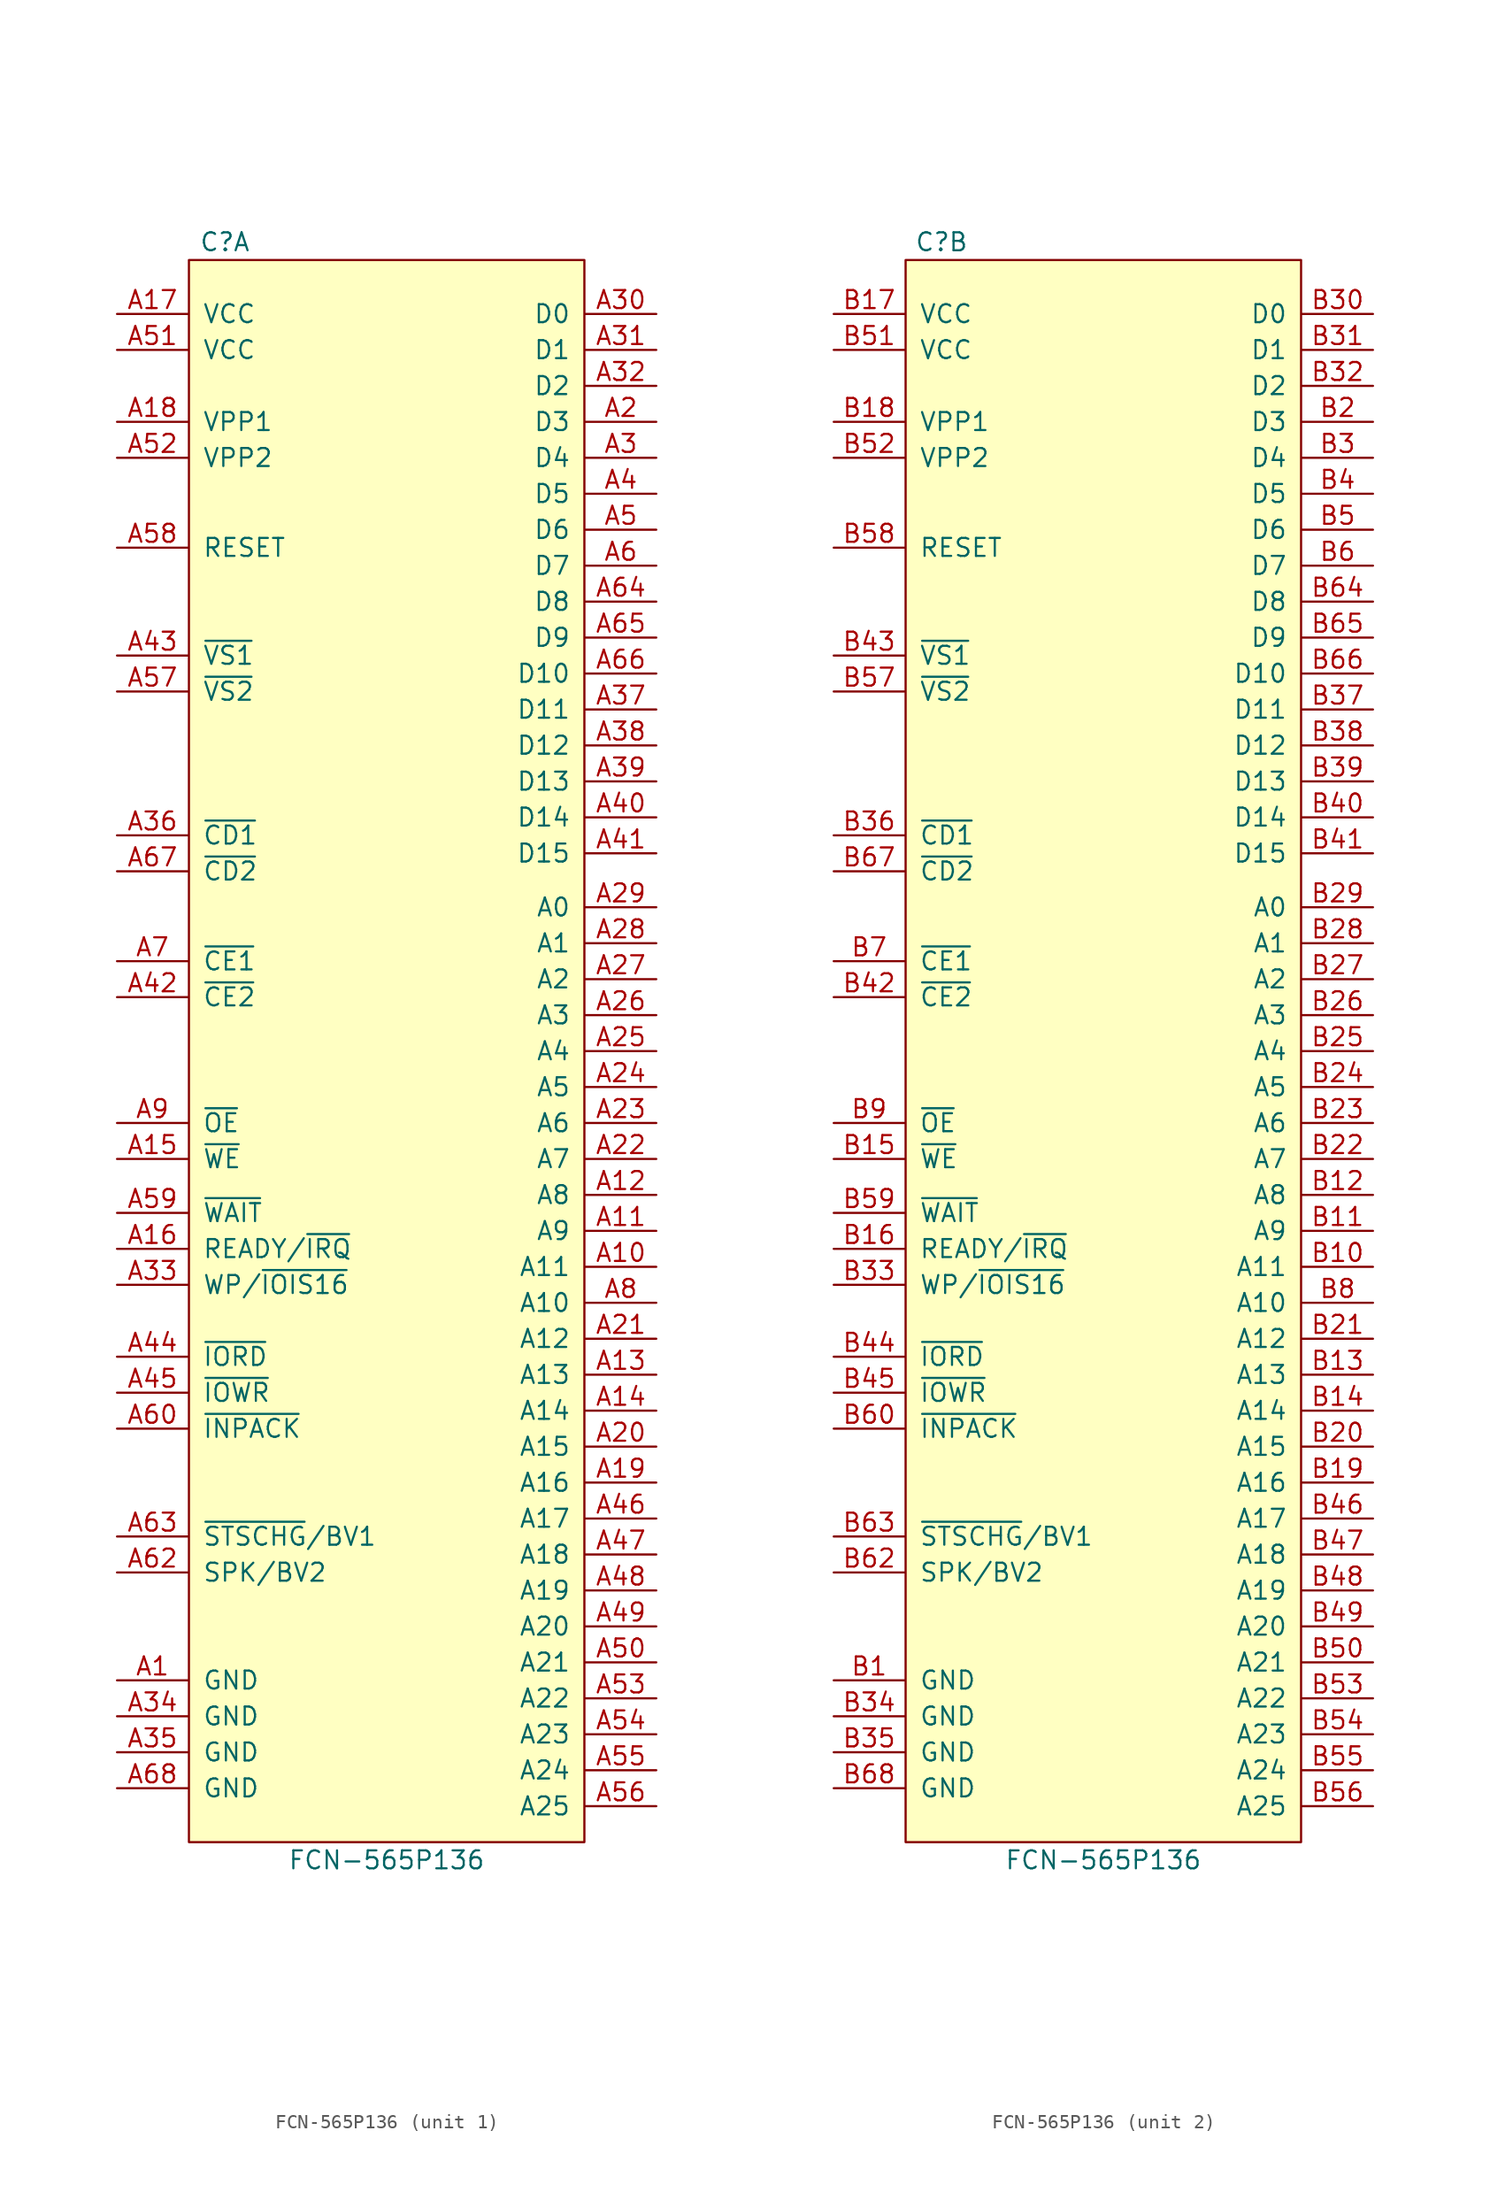
<source format=kicad_sym>
(kicad_symbol_lib
  (version 20211014)
  (generator kicad_symbol_editor)
  (symbol "FCN-565P136"
    (pin_names
      (offset 1.016))
    (property "Reference" "C"
      (at -11.43 60.96 0)
      (effects (font (size 1.27 1.27))))
    (property "Value" "FCN-565P136"
      (at 0 -53.34 0)
      (effects (font (size 1.27 1.27))))
    (symbol "FCN-565P136_0_1"
      (rectangle (start -13.97 59.69) (end 13.97 -52.07) (stroke (width 0) (type default) (color 0 0 0 0)) (fill (type background))))
    (symbol "FCN-565P136_1_1"
      (pin power_in line (at -19.05 -40.64 0) (length 5.004) (name "GND" (effects (font (size 1.27 1.27)))) (number "A1" (effects (font (size 1.27 1.27)))))
      (pin input line (at 19.05 -11.43 180) (length 5.004) (name "A11" (effects (font (size 1.27 1.27)))) (number "A10" (effects (font (size 1.27 1.27)))))
      (pin input line (at 19.05 -8.89 180) (length 5.004) (name "A9" (effects (font (size 1.27 1.27)))) (number "A11" (effects (font (size 1.27 1.27)))))
      (pin input line (at 19.05 -6.35 180) (length 5.004) (name "A8" (effects (font (size 1.27 1.27)))) (number "A12" (effects (font (size 1.27 1.27)))))
      (pin input line (at 19.05 -19.05 180) (length 5.004) (name "A13" (effects (font (size 1.27 1.27)))) (number "A13" (effects (font (size 1.27 1.27)))))
      (pin input line (at 19.05 -21.59 180) (length 5.004) (name "A14" (effects (font (size 1.27 1.27)))) (number "A14" (effects (font (size 1.27 1.27)))))
      (pin input line (at -19.05 -3.81 0) (length 5.004) (name "~{WE}" (effects (font (size 1.27 1.27)))) (number "A15" (effects (font (size 1.27 1.27)))))
      (pin output line (at -19.05 -10.16 0) (length 5.004) (name "READY/~{IRQ}" (effects (font (size 1.27 1.27)))) (number "A16" (effects (font (size 1.27 1.27)))))
      (pin power_in line (at -19.05 55.88 0) (length 5.004) (name "VCC" (effects (font (size 1.27 1.27)))) (number "A17" (effects (font (size 1.27 1.27)))))
      (pin power_in line (at -19.05 48.26 0) (length 5.004) (name "VPP1" (effects (font (size 1.27 1.27)))) (number "A18" (effects (font (size 1.27 1.27)))))
      (pin input line (at 19.05 -26.67 180) (length 5.004) (name "A16" (effects (font (size 1.27 1.27)))) (number "A19" (effects (font (size 1.27 1.27)))))
      (pin bidirectional line (at 19.05 48.26 180) (length 5.004) (name "D3" (effects (font (size 1.27 1.27)))) (number "A2" (effects (font (size 1.27 1.27)))))
      (pin input line (at 19.05 -24.13 180) (length 5.004) (name "A15" (effects (font (size 1.27 1.27)))) (number "A20" (effects (font (size 1.27 1.27)))))
      (pin input line (at 19.05 -16.51 180) (length 5.004) (name "A12" (effects (font (size 1.27 1.27)))) (number "A21" (effects (font (size 1.27 1.27)))))
      (pin input line (at 19.05 -3.81 180) (length 5.004) (name "A7" (effects (font (size 1.27 1.27)))) (number "A22" (effects (font (size 1.27 1.27)))))
      (pin input line (at 19.05 -1.27 180) (length 5.004) (name "A6" (effects (font (size 1.27 1.27)))) (number "A23" (effects (font (size 1.27 1.27)))))
      (pin input line (at 19.05 1.27 180) (length 5.004) (name "A5" (effects (font (size 1.27 1.27)))) (number "A24" (effects (font (size 1.27 1.27)))))
      (pin input line (at 19.05 3.81 180) (length 5.004) (name "A4" (effects (font (size 1.27 1.27)))) (number "A25" (effects (font (size 1.27 1.27)))))
      (pin input line (at 19.05 6.35 180) (length 5.004) (name "A3" (effects (font (size 1.27 1.27)))) (number "A26" (effects (font (size 1.27 1.27)))))
      (pin input line (at 19.05 8.89 180) (length 5.004) (name "A2" (effects (font (size 1.27 1.27)))) (number "A27" (effects (font (size 1.27 1.27)))))
      (pin input line (at 19.05 11.43 180) (length 5.004) (name "A1" (effects (font (size 1.27 1.27)))) (number "A28" (effects (font (size 1.27 1.27)))))
      (pin input line (at 19.05 13.97 180) (length 5.004) (name "A0" (effects (font (size 1.27 1.27)))) (number "A29" (effects (font (size 1.27 1.27)))))
      (pin bidirectional line (at 19.05 45.72 180) (length 5.004) (name "D4" (effects (font (size 1.27 1.27)))) (number "A3" (effects (font (size 1.27 1.27)))))
      (pin bidirectional line (at 19.05 55.88 180) (length 5.004) (name "D0" (effects (font (size 1.27 1.27)))) (number "A30" (effects (font (size 1.27 1.27)))))
      (pin bidirectional line (at 19.05 53.34 180) (length 5.004) (name "D1" (effects (font (size 1.27 1.27)))) (number "A31" (effects (font (size 1.27 1.27)))))
      (pin bidirectional line (at 19.05 50.8 180) (length 5.004) (name "D2" (effects (font (size 1.27 1.27)))) (number "A32" (effects (font (size 1.27 1.27)))))
      (pin output line (at -19.05 -12.7 0) (length 5.004) (name "WP/~{IOIS16}" (effects (font (size 1.27 1.27)))) (number "A33" (effects (font (size 1.27 1.27)))))
      (pin power_in line (at -19.05 -43.18 0) (length 5.004) (name "GND" (effects (font (size 1.27 1.27)))) (number "A34" (effects (font (size 1.27 1.27)))))
      (pin power_in line (at -19.05 -45.72 0) (length 5.004) (name "GND" (effects (font (size 1.27 1.27)))) (number "A35" (effects (font (size 1.27 1.27)))))
      (pin output line (at -19.05 19.05 0) (length 5.004) (name "~{CD1}" (effects (font (size 1.27 1.27)))) (number "A36" (effects (font (size 1.27 1.27)))))
      (pin bidirectional line (at 19.05 27.94 180) (length 5.004) (name "D11" (effects (font (size 1.27 1.27)))) (number "A37" (effects (font (size 1.27 1.27)))))
      (pin bidirectional line (at 19.05 25.4 180) (length 5.004) (name "D12" (effects (font (size 1.27 1.27)))) (number "A38" (effects (font (size 1.27 1.27)))))
      (pin bidirectional line (at 19.05 22.86 180) (length 5.004) (name "D13" (effects (font (size 1.27 1.27)))) (number "A39" (effects (font (size 1.27 1.27)))))
      (pin bidirectional line (at 19.05 43.18 180) (length 5.004) (name "D5" (effects (font (size 1.27 1.27)))) (number "A4" (effects (font (size 1.27 1.27)))))
      (pin bidirectional line (at 19.05 20.32 180) (length 5.004) (name "D14" (effects (font (size 1.27 1.27)))) (number "A40" (effects (font (size 1.27 1.27)))))
      (pin bidirectional line (at 19.05 17.78 180) (length 5.004) (name "D15" (effects (font (size 1.27 1.27)))) (number "A41" (effects (font (size 1.27 1.27)))))
      (pin input line (at -19.05 7.62 0) (length 5.004) (name "~{CE2}" (effects (font (size 1.27 1.27)))) (number "A42" (effects (font (size 1.27 1.27)))))
      (pin input line (at -19.05 31.75 0) (length 5.004) (name "~{VS1}" (effects (font (size 1.27 1.27)))) (number "A43" (effects (font (size 1.27 1.27)))))
      (pin input line (at -19.05 -17.78 0) (length 5.004) (name "~{IORD}" (effects (font (size 1.27 1.27)))) (number "A44" (effects (font (size 1.27 1.27)))))
      (pin input line (at -19.05 -20.32 0) (length 5.004) (name "~{IOWR}" (effects (font (size 1.27 1.27)))) (number "A45" (effects (font (size 1.27 1.27)))))
      (pin input line (at 19.05 -29.21 180) (length 5.004) (name "A17" (effects (font (size 1.27 1.27)))) (number "A46" (effects (font (size 1.27 1.27)))))
      (pin input line (at 19.05 -31.75 180) (length 5.004) (name "A18" (effects (font (size 1.27 1.27)))) (number "A47" (effects (font (size 1.27 1.27)))))
      (pin input line (at 19.05 -34.29 180) (length 5.004) (name "A19" (effects (font (size 1.27 1.27)))) (number "A48" (effects (font (size 1.27 1.27)))))
      (pin input line (at 19.05 -36.83 180) (length 5.004) (name "A20" (effects (font (size 1.27 1.27)))) (number "A49" (effects (font (size 1.27 1.27)))))
      (pin bidirectional line (at 19.05 40.64 180) (length 5.004) (name "D6" (effects (font (size 1.27 1.27)))) (number "A5" (effects (font (size 1.27 1.27)))))
      (pin input line (at 19.05 -39.37 180) (length 5.004) (name "A21" (effects (font (size 1.27 1.27)))) (number "A50" (effects (font (size 1.27 1.27)))))
      (pin power_in line (at -19.05 53.34 0) (length 5.004) (name "VCC" (effects (font (size 1.27 1.27)))) (number "A51" (effects (font (size 1.27 1.27)))))
      (pin power_in line (at -19.05 45.72 0) (length 5.004) (name "VPP2" (effects (font (size 1.27 1.27)))) (number "A52" (effects (font (size 1.27 1.27)))))
      (pin input line (at 19.05 -41.91 180) (length 5.004) (name "A22" (effects (font (size 1.27 1.27)))) (number "A53" (effects (font (size 1.27 1.27)))))
      (pin input line (at 19.05 -44.45 180) (length 5.004) (name "A23" (effects (font (size 1.27 1.27)))) (number "A54" (effects (font (size 1.27 1.27)))))
      (pin input line (at 19.05 -46.99 180) (length 5.004) (name "A24" (effects (font (size 1.27 1.27)))) (number "A55" (effects (font (size 1.27 1.27)))))
      (pin input line (at 19.05 -49.53 180) (length 5.004) (name "A25" (effects (font (size 1.27 1.27)))) (number "A56" (effects (font (size 1.27 1.27)))))
      (pin output line (at -19.05 29.21 0) (length 5.004) (name "~{VS2}" (effects (font (size 1.27 1.27)))) (number "A57" (effects (font (size 1.27 1.27)))))
      (pin input line (at -19.05 39.37 0) (length 5.004) (name "RESET" (effects (font (size 1.27 1.27)))) (number "A58" (effects (font (size 1.27 1.27)))))
      (pin output line (at -19.05 -7.62 0) (length 5.004) (name "~{WAIT}" (effects (font (size 1.27 1.27)))) (number "A59" (effects (font (size 1.27 1.27)))))
      (pin bidirectional line (at 19.05 38.1 180) (length 5.004) (name "D7" (effects (font (size 1.27 1.27)))) (number "A6" (effects (font (size 1.27 1.27)))))
      (pin output line (at -19.05 -22.86 0) (length 5.004) (name "~{INPACK}" (effects (font (size 1.27 1.27)))) (number "A60" (effects (font (size 1.27 1.27)))))
      (pin output line (at -19.05 -33.02 0) (length 5.004) (name "SPK/BV2" (effects (font (size 1.27 1.27)))) (number "A62" (effects (font (size 1.27 1.27)))))
      (pin output line (at -19.05 -30.48 0) (length 5.004) (name "~{STSCHG}/BV1" (effects (font (size 1.27 1.27)))) (number "A63" (effects (font (size 1.27 1.27)))))
      (pin bidirectional line (at 19.05 35.56 180) (length 5.004) (name "D8" (effects (font (size 1.27 1.27)))) (number "A64" (effects (font (size 1.27 1.27)))))
      (pin bidirectional line (at 19.05 33.02 180) (length 5.004) (name "D9" (effects (font (size 1.27 1.27)))) (number "A65" (effects (font (size 1.27 1.27)))))
      (pin bidirectional line (at 19.05 30.48 180) (length 5.004) (name "D10" (effects (font (size 1.27 1.27)))) (number "A66" (effects (font (size 1.27 1.27)))))
      (pin output line (at -19.05 16.51 0) (length 5.004) (name "~{CD2}" (effects (font (size 1.27 1.27)))) (number "A67" (effects (font (size 1.27 1.27)))))
      (pin power_in line (at -19.05 -48.26 0) (length 5.004) (name "GND" (effects (font (size 1.27 1.27)))) (number "A68" (effects (font (size 1.27 1.27)))))
      (pin input line (at -19.05 10.16 0) (length 5.004) (name "~{CE1}" (effects (font (size 1.27 1.27)))) (number "A7" (effects (font (size 1.27 1.27)))))
      (pin input line (at 19.05 -13.97 180) (length 5.004) (name "A10" (effects (font (size 1.27 1.27)))) (number "A8" (effects (font (size 1.27 1.27)))))
      (pin input line (at -19.05 -1.27 0) (length 5.004) (name "~{OE}" (effects (font (size 1.27 1.27)))) (number "A9" (effects (font (size 1.27 1.27)))))
      (pin passive line (at -11.43 -55.88 0) (length 2.54) hide (name "MNT1" (effects (font (size 1.27 1.27)))) (number "MT1" (effects (font (size 1.27 1.27)))))
      (pin passive line (at -11.43 -58.42 0) (length 2.54) hide (name "MNT2" (effects (font (size 1.27 1.27)))) (number "MT2" (effects (font (size 1.27 1.27))))))
    (symbol "FCN-565P136_2_1"
      (pin power_in line (at -19.05 -40.64 0) (length 5.004) (name "GND" (effects (font (size 1.27 1.27)))) (number "B1" (effects (font (size 1.27 1.27)))))
      (pin input line (at 19.05 -11.43 180) (length 5.004) (name "A11" (effects (font (size 1.27 1.27)))) (number "B10" (effects (font (size 1.27 1.27)))))
      (pin input line (at 19.05 -8.89 180) (length 5.004) (name "A9" (effects (font (size 1.27 1.27)))) (number "B11" (effects (font (size 1.27 1.27)))))
      (pin input line (at 19.05 -6.35 180) (length 5.004) (name "A8" (effects (font (size 1.27 1.27)))) (number "B12" (effects (font (size 1.27 1.27)))))
      (pin input line (at 19.05 -19.05 180) (length 5.004) (name "A13" (effects (font (size 1.27 1.27)))) (number "B13" (effects (font (size 1.27 1.27)))))
      (pin input line (at 19.05 -21.59 180) (length 5.004) (name "A14" (effects (font (size 1.27 1.27)))) (number "B14" (effects (font (size 1.27 1.27)))))
      (pin input line (at -19.05 -3.81 0) (length 5.004) (name "~{WE}" (effects (font (size 1.27 1.27)))) (number "B15" (effects (font (size 1.27 1.27)))))
      (pin output line (at -19.05 -10.16 0) (length 5.004) (name "READY/~{IRQ}" (effects (font (size 1.27 1.27)))) (number "B16" (effects (font (size 1.27 1.27)))))
      (pin power_in line (at -19.05 55.88 0) (length 5.004) (name "VCC" (effects (font (size 1.27 1.27)))) (number "B17" (effects (font (size 1.27 1.27)))))
      (pin power_in line (at -19.05 48.26 0) (length 5.004) (name "VPP1" (effects (font (size 1.27 1.27)))) (number "B18" (effects (font (size 1.27 1.27)))))
      (pin input line (at 19.05 -26.67 180) (length 5.004) (name "A16" (effects (font (size 1.27 1.27)))) (number "B19" (effects (font (size 1.27 1.27)))))
      (pin bidirectional line (at 19.05 48.26 180) (length 5.004) (name "D3" (effects (font (size 1.27 1.27)))) (number "B2" (effects (font (size 1.27 1.27)))))
      (pin input line (at 19.05 -24.13 180) (length 5.004) (name "A15" (effects (font (size 1.27 1.27)))) (number "B20" (effects (font (size 1.27 1.27)))))
      (pin input line (at 19.05 -16.51 180) (length 5.004) (name "A12" (effects (font (size 1.27 1.27)))) (number "B21" (effects (font (size 1.27 1.27)))))
      (pin input line (at 19.05 -3.81 180) (length 5.004) (name "A7" (effects (font (size 1.27 1.27)))) (number "B22" (effects (font (size 1.27 1.27)))))
      (pin input line (at 19.05 -1.27 180) (length 5.004) (name "A6" (effects (font (size 1.27 1.27)))) (number "B23" (effects (font (size 1.27 1.27)))))
      (pin input line (at 19.05 1.27 180) (length 5.004) (name "A5" (effects (font (size 1.27 1.27)))) (number "B24" (effects (font (size 1.27 1.27)))))
      (pin input line (at 19.05 3.81 180) (length 5.004) (name "A4" (effects (font (size 1.27 1.27)))) (number "B25" (effects (font (size 1.27 1.27)))))
      (pin input line (at 19.05 6.35 180) (length 5.004) (name "A3" (effects (font (size 1.27 1.27)))) (number "B26" (effects (font (size 1.27 1.27)))))
      (pin input line (at 19.05 8.89 180) (length 5.004) (name "A2" (effects (font (size 1.27 1.27)))) (number "B27" (effects (font (size 1.27 1.27)))))
      (pin input line (at 19.05 11.43 180) (length 5.004) (name "A1" (effects (font (size 1.27 1.27)))) (number "B28" (effects (font (size 1.27 1.27)))))
      (pin input line (at 19.05 13.97 180) (length 5.004) (name "A0" (effects (font (size 1.27 1.27)))) (number "B29" (effects (font (size 1.27 1.27)))))
      (pin bidirectional line (at 19.05 45.72 180) (length 5.004) (name "D4" (effects (font (size 1.27 1.27)))) (number "B3" (effects (font (size 1.27 1.27)))))
      (pin bidirectional line (at 19.05 55.88 180) (length 5.004) (name "D0" (effects (font (size 1.27 1.27)))) (number "B30" (effects (font (size 1.27 1.27)))))
      (pin bidirectional line (at 19.05 53.34 180) (length 5.004) (name "D1" (effects (font (size 1.27 1.27)))) (number "B31" (effects (font (size 1.27 1.27)))))
      (pin bidirectional line (at 19.05 50.8 180) (length 5.004) (name "D2" (effects (font (size 1.27 1.27)))) (number "B32" (effects (font (size 1.27 1.27)))))
      (pin output line (at -19.05 -12.7 0) (length 5.004) (name "WP/~{IOIS16}" (effects (font (size 1.27 1.27)))) (number "B33" (effects (font (size 1.27 1.27)))))
      (pin power_in line (at -19.05 -43.18 0) (length 5.004) (name "GND" (effects (font (size 1.27 1.27)))) (number "B34" (effects (font (size 1.27 1.27)))))
      (pin power_in line (at -19.05 -45.72 0) (length 5.004) (name "GND" (effects (font (size 1.27 1.27)))) (number "B35" (effects (font (size 1.27 1.27)))))
      (pin output line (at -19.05 19.05 0) (length 5.004) (name "~{CD1}" (effects (font (size 1.27 1.27)))) (number "B36" (effects (font (size 1.27 1.27)))))
      (pin bidirectional line (at 19.05 27.94 180) (length 5.004) (name "D11" (effects (font (size 1.27 1.27)))) (number "B37" (effects (font (size 1.27 1.27)))))
      (pin bidirectional line (at 19.05 25.4 180) (length 5.004) (name "D12" (effects (font (size 1.27 1.27)))) (number "B38" (effects (font (size 1.27 1.27)))))
      (pin bidirectional line (at 19.05 22.86 180) (length 5.004) (name "D13" (effects (font (size 1.27 1.27)))) (number "B39" (effects (font (size 1.27 1.27)))))
      (pin bidirectional line (at 19.05 43.18 180) (length 5.004) (name "D5" (effects (font (size 1.27 1.27)))) (number "B4" (effects (font (size 1.27 1.27)))))
      (pin bidirectional line (at 19.05 20.32 180) (length 5.004) (name "D14" (effects (font (size 1.27 1.27)))) (number "B40" (effects (font (size 1.27 1.27)))))
      (pin bidirectional line (at 19.05 17.78 180) (length 5.004) (name "D15" (effects (font (size 1.27 1.27)))) (number "B41" (effects (font (size 1.27 1.27)))))
      (pin input line (at -19.05 7.62 0) (length 5.004) (name "~{CE2}" (effects (font (size 1.27 1.27)))) (number "B42" (effects (font (size 1.27 1.27)))))
      (pin input line (at -19.05 31.75 0) (length 5.004) (name "~{VS1}" (effects (font (size 1.27 1.27)))) (number "B43" (effects (font (size 1.27 1.27)))))
      (pin input line (at -19.05 -17.78 0) (length 5.004) (name "~{IORD}" (effects (font (size 1.27 1.27)))) (number "B44" (effects (font (size 1.27 1.27)))))
      (pin input line (at -19.05 -20.32 0) (length 5.004) (name "~{IOWR}" (effects (font (size 1.27 1.27)))) (number "B45" (effects (font (size 1.27 1.27)))))
      (pin input line (at 19.05 -29.21 180) (length 5.004) (name "A17" (effects (font (size 1.27 1.27)))) (number "B46" (effects (font (size 1.27 1.27)))))
      (pin input line (at 19.05 -31.75 180) (length 5.004) (name "A18" (effects (font (size 1.27 1.27)))) (number "B47" (effects (font (size 1.27 1.27)))))
      (pin input line (at 19.05 -34.29 180) (length 5.004) (name "A19" (effects (font (size 1.27 1.27)))) (number "B48" (effects (font (size 1.27 1.27)))))
      (pin input line (at 19.05 -36.83 180) (length 5.004) (name "A20" (effects (font (size 1.27 1.27)))) (number "B49" (effects (font (size 1.27 1.27)))))
      (pin bidirectional line (at 19.05 40.64 180) (length 5.004) (name "D6" (effects (font (size 1.27 1.27)))) (number "B5" (effects (font (size 1.27 1.27)))))
      (pin input line (at 19.05 -39.37 180) (length 5.004) (name "A21" (effects (font (size 1.27 1.27)))) (number "B50" (effects (font (size 1.27 1.27)))))
      (pin power_in line (at -19.05 53.34 0) (length 5.004) (name "VCC" (effects (font (size 1.27 1.27)))) (number "B51" (effects (font (size 1.27 1.27)))))
      (pin power_in line (at -19.05 45.72 0) (length 5.004) (name "VPP2" (effects (font (size 1.27 1.27)))) (number "B52" (effects (font (size 1.27 1.27)))))
      (pin input line (at 19.05 -41.91 180) (length 5.004) (name "A22" (effects (font (size 1.27 1.27)))) (number "B53" (effects (font (size 1.27 1.27)))))
      (pin input line (at 19.05 -44.45 180) (length 5.004) (name "A23" (effects (font (size 1.27 1.27)))) (number "B54" (effects (font (size 1.27 1.27)))))
      (pin input line (at 19.05 -46.99 180) (length 5.004) (name "A24" (effects (font (size 1.27 1.27)))) (number "B55" (effects (font (size 1.27 1.27)))))
      (pin input line (at 19.05 -49.53 180) (length 5.004) (name "A25" (effects (font (size 1.27 1.27)))) (number "B56" (effects (font (size 1.27 1.27)))))
      (pin output line (at -19.05 29.21 0) (length 5.004) (name "~{VS2}" (effects (font (size 1.27 1.27)))) (number "B57" (effects (font (size 1.27 1.27)))))
      (pin input line (at -19.05 39.37 0) (length 5.004) (name "RESET" (effects (font (size 1.27 1.27)))) (number "B58" (effects (font (size 1.27 1.27)))))
      (pin output line (at -19.05 -7.62 0) (length 5.004) (name "~{WAIT}" (effects (font (size 1.27 1.27)))) (number "B59" (effects (font (size 1.27 1.27)))))
      (pin bidirectional line (at 19.05 38.1 180) (length 5.004) (name "D7" (effects (font (size 1.27 1.27)))) (number "B6" (effects (font (size 1.27 1.27)))))
      (pin output line (at -19.05 -22.86 0) (length 5.004) (name "~{INPACK}" (effects (font (size 1.27 1.27)))) (number "B60" (effects (font (size 1.27 1.27)))))
      (pin output line (at -19.05 -33.02 0) (length 5.004) (name "SPK/BV2" (effects (font (size 1.27 1.27)))) (number "B62" (effects (font (size 1.27 1.27)))))
      (pin output line (at -19.05 -30.48 0) (length 5.004) (name "~{STSCHG}/BV1" (effects (font (size 1.27 1.27)))) (number "B63" (effects (font (size 1.27 1.27)))))
      (pin bidirectional line (at 19.05 35.56 180) (length 5.004) (name "D8" (effects (font (size 1.27 1.27)))) (number "B64" (effects (font (size 1.27 1.27)))))
      (pin bidirectional line (at 19.05 33.02 180) (length 5.004) (name "D9" (effects (font (size 1.27 1.27)))) (number "B65" (effects (font (size 1.27 1.27)))))
      (pin bidirectional line (at 19.05 30.48 180) (length 5.004) (name "D10" (effects (font (size 1.27 1.27)))) (number "B66" (effects (font (size 1.27 1.27)))))
      (pin output line (at -19.05 16.51 0) (length 5.004) (name "~{CD2}" (effects (font (size 1.27 1.27)))) (number "B67" (effects (font (size 1.27 1.27)))))
      (pin power_in line (at -19.05 -48.26 0) (length 5.004) (name "GND" (effects (font (size 1.27 1.27)))) (number "B68" (effects (font (size 1.27 1.27)))))
      (pin input line (at -19.05 10.16 0) (length 5.004) (name "~{CE1}" (effects (font (size 1.27 1.27)))) (number "B7" (effects (font (size 1.27 1.27)))))
      (pin input line (at 19.05 -13.97 180) (length 5.004) (name "A10" (effects (font (size 1.27 1.27)))) (number "B8" (effects (font (size 1.27 1.27)))))
      (pin input line (at -19.05 -1.27 0) (length 5.004) (name "~{OE}" (effects (font (size 1.27 1.27)))) (number "B9" (effects (font (size 1.27 1.27)))))
      (pin passive line (at -11.43 -55.88 0) (length 2.54) hide (name "MNT1" (effects (font (size 1.27 1.27)))) (number "MT1" (effects (font (size 1.27 1.27)))))
      (pin passive line (at -11.43 -58.42 0) (length 2.54) hide (name "MNT2" (effects (font (size 1.27 1.27)))) (number "MT2" (effects (font (size 1.27 1.27))))))))
</source>
